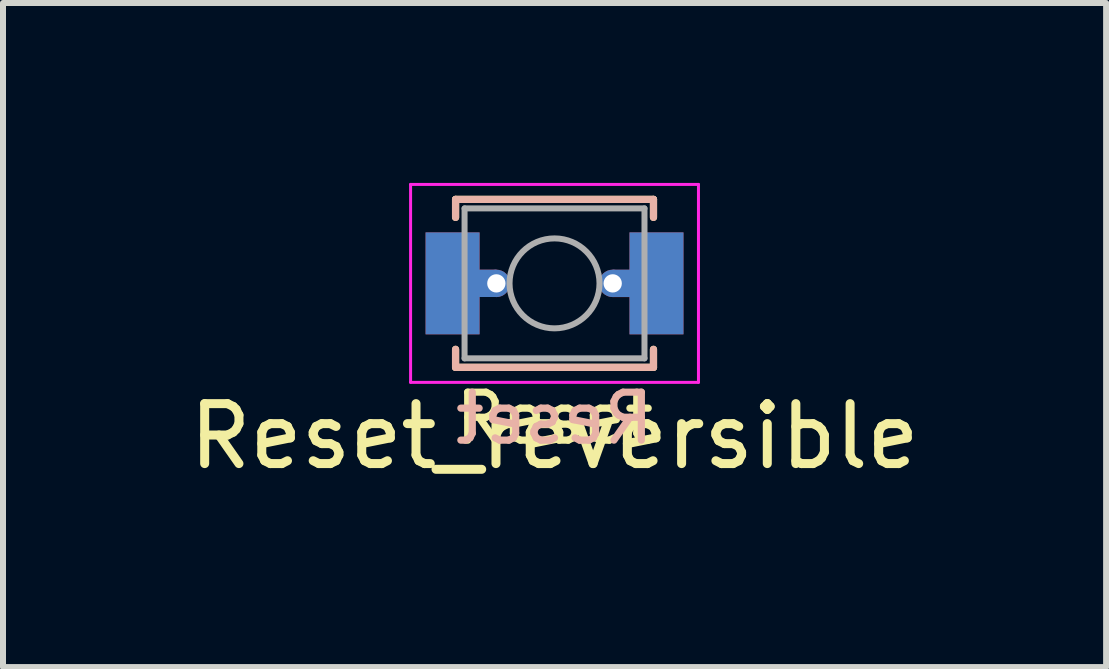
<source format=kicad_pcb>
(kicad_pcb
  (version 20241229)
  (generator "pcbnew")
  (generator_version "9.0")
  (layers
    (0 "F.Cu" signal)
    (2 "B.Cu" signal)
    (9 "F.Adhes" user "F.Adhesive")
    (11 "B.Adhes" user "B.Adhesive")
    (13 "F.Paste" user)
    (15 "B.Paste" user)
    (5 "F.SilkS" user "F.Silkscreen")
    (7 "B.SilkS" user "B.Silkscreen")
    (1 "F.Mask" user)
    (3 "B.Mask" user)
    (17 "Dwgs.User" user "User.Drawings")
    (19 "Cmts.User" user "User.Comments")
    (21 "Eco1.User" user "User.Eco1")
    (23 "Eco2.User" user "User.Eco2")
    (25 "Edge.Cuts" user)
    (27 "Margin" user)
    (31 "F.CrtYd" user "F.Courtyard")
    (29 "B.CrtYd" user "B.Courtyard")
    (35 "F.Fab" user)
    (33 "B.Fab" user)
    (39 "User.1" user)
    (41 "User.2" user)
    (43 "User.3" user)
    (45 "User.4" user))
  (footprint "Reset_reversible"
    (layer "F.Cu")
    (at 6.196 1.675)
    (property "Reference" "Reset_reversible" (at 0 2.55 0) (layer "F.SilkS") (effects (font (size 1 1) (thickness 0.15))))
    (attr smd)
    (fp_poly (pts (xy -2.1 0.8) (xy -2.1 -0.8) (xy -1.3 -0.8) (xy -1.3 0.8)) (stroke (width 0.1) (type solid)) (fill yes) (layer "F.Mask"))
    (fp_poly (pts (xy 1.3 0.8) (xy 1.3 -0.8) (xy 2.1 -0.8) (xy 2.1 0.8)) (stroke (width 0.1) (type solid)) (fill yes) (layer "F.Mask"))
    (fp_poly (pts (xy -2.1 0.8) (xy -2.1 -0.8) (xy -1.3 -0.8) (xy -1.3 0.8)) (stroke (width 0.1) (type solid)) (fill yes) (layer "B.Mask"))
    (fp_poly (pts (xy 1.3 0.8) (xy 1.3 -0.8) (xy 2.1 -0.8) (xy 2.1 0.8)) (stroke (width 0.1) (type solid)) (fill yes) (layer "B.Mask"))
    (fp_line (start -1.65 -1.4) (end 1.65 -1.4) (stroke (width 0.12) (type solid)) (layer "F.SilkS"))
    (fp_line (start -1.65 -1.1) (end -1.65 -1.4) (stroke (width 0.12) (type solid)) (layer "F.SilkS"))
    (fp_line (start -1.65 1.1) (end -1.65 1.4) (stroke (width 0.12) (type solid)) (layer "F.SilkS"))
    (fp_line (start -1.65 1.4) (end 1.65 1.4) (stroke (width 0.12) (type solid)) (layer "F.SilkS"))
    (fp_line (start 1.65 -1.4) (end 1.65 -1.1) (stroke (width 0.12) (type solid)) (layer "F.SilkS"))
    (fp_line (start 1.65 1.4) (end 1.65 1.1) (stroke (width 0.12) (type solid)) (layer "F.SilkS"))
    (fp_line (start -1.65 -1.4) (end 1.65 -1.4) (stroke (width 0.12) (type solid)) (layer "B.SilkS"))
    (fp_line (start -1.65 -1.1) (end -1.65 -1.4) (stroke (width 0.12) (type solid)) (layer "B.SilkS"))
    (fp_line (start -1.65 1.1) (end -1.65 1.4) (stroke (width 0.12) (type solid)) (layer "B.SilkS"))
    (fp_line (start -1.65 1.4) (end 1.65 1.4) (stroke (width 0.12) (type solid)) (layer "B.SilkS"))
    (fp_line (start 1.65 -1.4) (end 1.65 -1.1) (stroke (width 0.12) (type solid)) (layer "B.SilkS"))
    (fp_line (start 1.65 1.4) (end 1.65 1.1) (stroke (width 0.12) (type solid)) (layer "B.SilkS"))
    (fp_line (start -2.4 -1.65) (end -2.4 1.65) (stroke (width 0.05) (type solid)) (layer "F.CrtYd"))
    (fp_line (start -2.4 1.65) (end 2.4 1.65) (stroke (width 0.05) (type solid)) (layer "F.CrtYd"))
    (fp_line (start 2.4 -1.65) (end -2.4 -1.65) (stroke (width 0.05) (type solid)) (layer "F.CrtYd"))
    (fp_line (start 2.4 1.65) (end 2.4 -1.65) (stroke (width 0.05) (type solid)) (layer "F.CrtYd"))
    (fp_line (start -1.5 -1.25) (end 1.5 -1.25) (stroke (width 0.1) (type solid)) (layer "F.Fab"))
    (fp_line (start -1.5 1.25) (end -1.5 -1.25) (stroke (width 0.1) (type solid)) (layer "F.Fab"))
    (fp_line (start 1.5 -1.25) (end 1.5 1.25) (stroke (width 0.1) (type solid)) (layer "F.Fab"))
    (fp_line (start 1.5 1.25) (end -1.5 1.25) (stroke (width 0.1) (type solid)) (layer "F.Fab"))
    (fp_circle (center 0 0) (end 0.75 0) (stroke (width 0.1) (type solid)) (fill no) (layer "F.Fab"))
    (fp_text user "Reset" (at 0 2.25 180) (layer "F.SilkS") (effects (font (size 0.8 0.8) (thickness 0.12))))
    (fp_text user "Reset" (at 0 2.25 0) (layer "B.SilkS") (effects (font (size 0.8 0.8) (thickness 0.12)) (justify mirror)))
    (pad "1" smd custom (at -1.7 0) (size 0.9 1.7) (layers "F.Cu") (options (anchor rect)) (primitives (gr_poly (pts (xy 0.723 0.177) (xy 0.15 0.177) (xy 0.15 -0.179) (xy 0.723 -0.179)) (width 0.1) (fill yes))))
    (pad "1" smd custom (at -1.7 0 180) (size 0.9 1.7) (layers "B.Cu") (options (anchor rect)) (primitives (gr_poly (pts (xy -0.15 0.179) (xy -0.723 0.179) (xy -0.723 -0.177) (xy -0.15 -0.177)) (width 0.1) (fill yes))))
    (pad "1" thru_hole circle (at -0.97 0 270) (size 0.457 0.457) (drill 0.305) (layers "*.Cu"))
    (pad "2" thru_hole circle (at 0.97 0 270) (size 0.457 0.457) (drill 0.305) (layers "*.Cu"))
    (pad "2" smd custom (at 1.7 0 180) (size 0.9 1.7) (layers "F.Cu") (options (anchor rect)) (primitives (gr_poly (pts (xy 0.723 0.177) (xy 0.15 0.177) (xy 0.15 -0.179) (xy 0.723 -0.179)) (width 0.1) (fill yes))))
    (pad "2" smd custom (at 1.7 0 180) (size 0.9 1.7) (layers "B.Cu") (options (anchor rect)) (primitives (gr_poly (pts (xy 0.723 0.179) (xy 0.15 0.179) (xy 0.15 -0.177) (xy 0.723 -0.177)) (width 0.1) (fill yes)))))
  (gr_rect
    (start -3 -3)
    (end 15.393 8.073)
    (stroke (width 0.1) (type default))
    (fill no)
    (layer "Edge.Cuts")))
</source>
